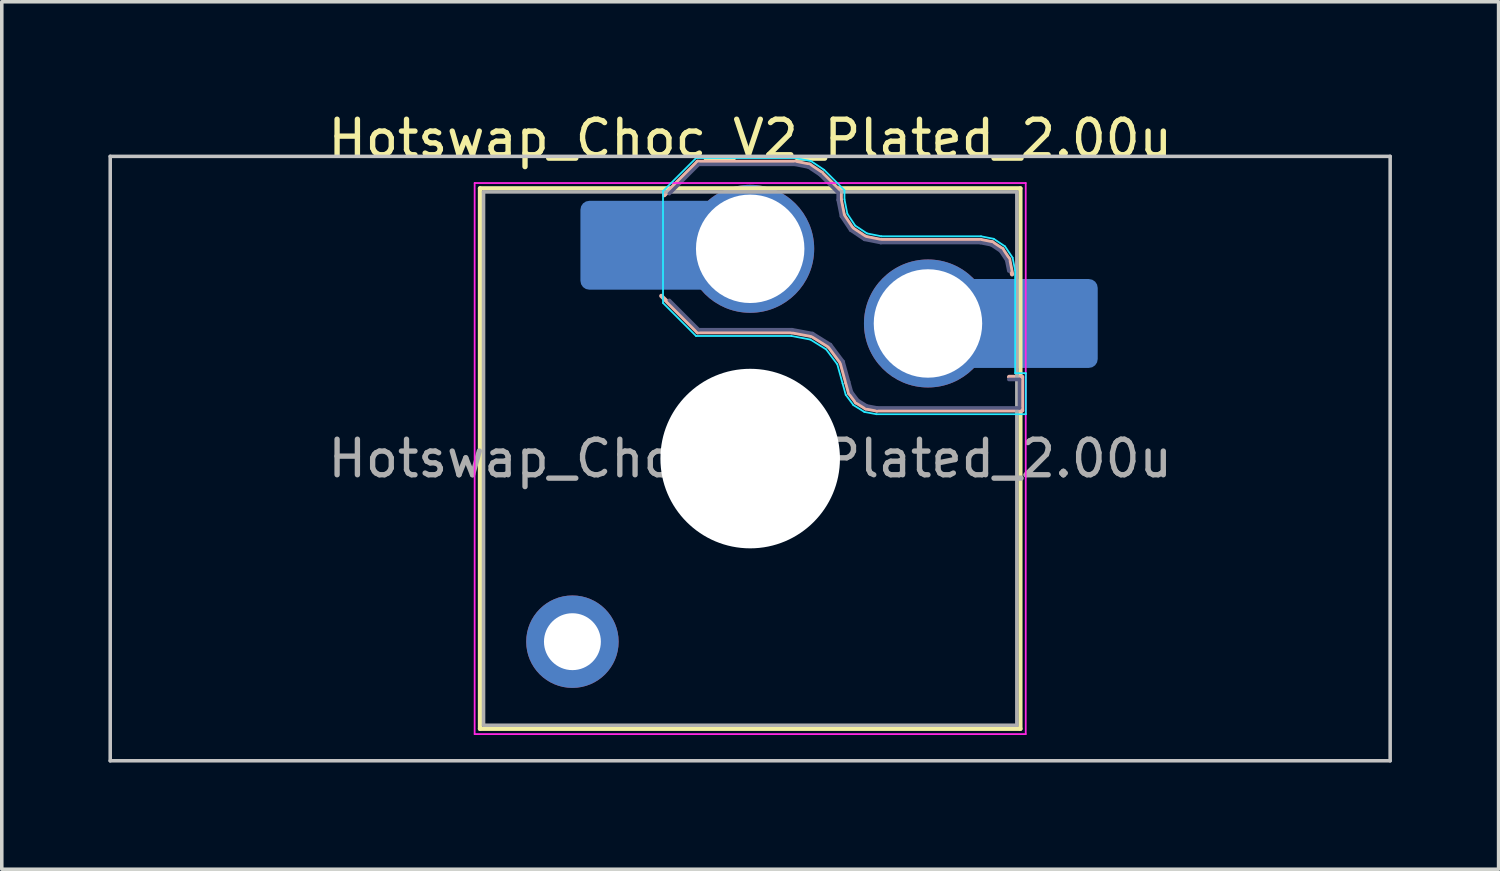
<source format=kicad_pcb>
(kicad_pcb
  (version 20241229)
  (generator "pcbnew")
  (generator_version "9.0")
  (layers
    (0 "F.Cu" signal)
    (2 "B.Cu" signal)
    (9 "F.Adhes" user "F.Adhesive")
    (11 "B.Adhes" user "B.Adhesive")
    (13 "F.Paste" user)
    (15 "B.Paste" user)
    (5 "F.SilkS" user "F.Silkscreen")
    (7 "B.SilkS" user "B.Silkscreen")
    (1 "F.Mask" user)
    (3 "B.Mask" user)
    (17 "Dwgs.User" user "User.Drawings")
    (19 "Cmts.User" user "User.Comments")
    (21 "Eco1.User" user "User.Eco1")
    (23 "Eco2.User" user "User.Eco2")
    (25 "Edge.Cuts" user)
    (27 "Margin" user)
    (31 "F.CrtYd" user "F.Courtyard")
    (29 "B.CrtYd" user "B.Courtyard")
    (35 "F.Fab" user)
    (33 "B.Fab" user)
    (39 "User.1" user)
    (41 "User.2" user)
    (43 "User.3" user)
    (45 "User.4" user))
  (footprint "Hotswap_Choc_V2_Plated_2.00u"
    (layer "F.Cu")
    (at 18.05 9.848)
    (property "Reference" "Hotswap_Choc_V2_Plated_2.00u" (at 0 -9 0) (layer "F.SilkS") (effects (font (size 1 1) (thickness 0.15))))
    (attr smd allow_soldermask_bridges)
    (fp_line (start -7.6 -7.6) (end -7.6 7.6) (stroke (width 0.12) (type solid)) (layer "F.SilkS"))
    (fp_line (start -7.6 7.6) (end 7.6 7.6) (stroke (width 0.12) (type solid)) (layer "F.SilkS"))
    (fp_line (start 7.6 -7.6) (end -7.6 -7.6) (stroke (width 0.12) (type solid)) (layer "F.SilkS"))
    (fp_line (start 7.6 7.6) (end 7.6 -7.6) (stroke (width 0.12) (type solid)) (layer "F.SilkS"))
    (fp_line (start -2.416 -7.409) (end -1.479 -8.346) (stroke (width 0.12) (type solid)) (layer "B.SilkS"))
    (fp_line (start -1.479 -8.346) (end 1.268 -8.346) (stroke (width 0.12) (type solid)) (layer "B.SilkS"))
    (fp_line (start -1.479 -3.554) (end -2.5 -4.575) (stroke (width 0.12) (type solid)) (layer "B.SilkS"))
    (fp_line (start 1.168 -3.554) (end -1.479 -3.554) (stroke (width 0.12) (type solid)) (layer "B.SilkS"))
    (fp_line (start 1.268 -8.346) (end 1.671 -8.266) (stroke (width 0.12) (type solid)) (layer "B.SilkS"))
    (fp_line (start 1.671 -8.266) (end 2.013 -8.037) (stroke (width 0.12) (type solid)) (layer "B.SilkS"))
    (fp_line (start 1.73 -3.449) (end 1.168 -3.554) (stroke (width 0.12) (type solid)) (layer "B.SilkS"))
    (fp_line (start 2.013 -8.037) (end 2.546 -7.504) (stroke (width 0.12) (type solid)) (layer "B.SilkS"))
    (fp_line (start 2.209 -3.15) (end 1.73 -3.449) (stroke (width 0.12) (type solid)) (layer "B.SilkS"))
    (fp_line (start 2.546 -7.504) (end 2.546 -7.282) (stroke (width 0.12) (type solid)) (layer "B.SilkS"))
    (fp_line (start 2.546 -7.282) (end 2.633 -6.844) (stroke (width 0.12) (type solid)) (layer "B.SilkS"))
    (fp_line (start 2.547 -2.697) (end 2.209 -3.15) (stroke (width 0.12) (type solid)) (layer "B.SilkS"))
    (fp_line (start 2.633 -6.844) (end 2.877 -6.477) (stroke (width 0.12) (type solid)) (layer "B.SilkS"))
    (fp_line (start 2.701 -2.139) (end 2.547 -2.697) (stroke (width 0.12) (type solid)) (layer "B.SilkS"))
    (fp_line (start 2.783 -1.841) (end 2.701 -2.139) (stroke (width 0.12) (type solid)) (layer "B.SilkS"))
    (fp_line (start 2.877 -6.477) (end 3.244 -6.233) (stroke (width 0.12) (type solid)) (layer "B.SilkS"))
    (fp_line (start 2.976 -1.583) (end 2.783 -1.841) (stroke (width 0.12) (type solid)) (layer "B.SilkS"))
    (fp_line (start 3.244 -6.233) (end 3.682 -6.146) (stroke (width 0.12) (type solid)) (layer "B.SilkS"))
    (fp_line (start 3.25 -1.413) (end 2.976 -1.583) (stroke (width 0.12) (type solid)) (layer "B.SilkS"))
    (fp_line (start 3.56 -1.354) (end 3.25 -1.413) (stroke (width 0.12) (type solid)) (layer "B.SilkS"))
    (fp_line (start 3.682 -6.146) (end 6.482 -6.146) (stroke (width 0.12) (type solid)) (layer "B.SilkS"))
    (fp_line (start 6.482 -6.146) (end 6.809 -6.081) (stroke (width 0.12) (type solid)) (layer "B.SilkS"))
    (fp_line (start 6.809 -6.081) (end 7.092 -5.892) (stroke (width 0.12) (type solid)) (layer "B.SilkS"))
    (fp_line (start 7.092 -5.892) (end 7.281 -5.609) (stroke (width 0.12) (type solid)) (layer "B.SilkS"))
    (fp_line (start 7.281 -5.609) (end 7.366 -5.182) (stroke (width 0.12) (type solid)) (layer "B.SilkS"))
    (fp_line (start 7.283 -2.296) (end 7.646 -2.296) (stroke (width 0.12) (type solid)) (layer "B.SilkS"))
    (fp_line (start 7.646 -2.296) (end 7.646 -1.354) (stroke (width 0.12) (type solid)) (layer "B.SilkS"))
    (fp_line (start 7.646 -1.354) (end 3.56 -1.354) (stroke (width 0.12) (type solid)) (layer "B.SilkS"))
    (fp_line (start -18 -8.5) (end -18 8.5) (stroke (width 0.1) (type solid)) (layer "Dwgs.User"))
    (fp_line (start -18 8.5) (end 18 8.5) (stroke (width 0.1) (type solid)) (layer "Dwgs.User"))
    (fp_line (start 18 -8.5) (end -18 -8.5) (stroke (width 0.1) (type solid)) (layer "Dwgs.User"))
    (fp_line (start 18 8.5) (end 18 -8.5) (stroke (width 0.1) (type solid)) (layer "Dwgs.User"))
    (fp_line (start -7.25 -7.25) (end -7.25 7.25) (stroke (width 0.1) (type solid)) (layer "Eco1.User"))
    (fp_line (start -7.25 7.25) (end 7.25 7.25) (stroke (width 0.1) (type solid)) (layer "Eco1.User"))
    (fp_line (start 7.25 -7.25) (end -7.25 -7.25) (stroke (width 0.1) (type solid)) (layer "Eco1.User"))
    (fp_line (start 7.25 7.25) (end 7.25 -7.25) (stroke (width 0.1) (type solid)) (layer "Eco1.User"))
    (fp_line (start -2.452 -7.523) (end -1.523 -8.452) (stroke (width 0.05) (type solid)) (layer "B.CrtYd"))
    (fp_line (start -2.452 -4.377) (end -2.452 -7.523) (stroke (width 0.05) (type solid)) (layer "B.CrtYd"))
    (fp_line (start -1.523 -8.452) (end 1.278 -8.452) (stroke (width 0.05) (type solid)) (layer "B.CrtYd"))
    (fp_line (start -1.523 -3.448) (end -2.452 -4.377) (stroke (width 0.05) (type solid)) (layer "B.CrtYd"))
    (fp_line (start 1.159 -3.448) (end -1.523 -3.448) (stroke (width 0.05) (type solid)) (layer "B.CrtYd"))
    (fp_line (start 1.278 -8.452) (end 1.712 -8.366) (stroke (width 0.05) (type solid)) (layer "B.CrtYd"))
    (fp_line (start 1.691 -3.348) (end 1.159 -3.448) (stroke (width 0.05) (type solid)) (layer "B.CrtYd"))
    (fp_line (start 1.712 -8.366) (end 2.081 -8.119) (stroke (width 0.05) (type solid)) (layer "B.CrtYd"))
    (fp_line (start 2.081 -8.119) (end 2.652 -7.548) (stroke (width 0.05) (type solid)) (layer "B.CrtYd"))
    (fp_line (start 2.136 -3.071) (end 1.691 -3.348) (stroke (width 0.05) (type solid)) (layer "B.CrtYd"))
    (fp_line (start 2.45 -2.65) (end 2.136 -3.071) (stroke (width 0.05) (type solid)) (layer "B.CrtYd"))
    (fp_line (start 2.599 -2.111) (end 2.45 -2.65) (stroke (width 0.05) (type solid)) (layer "B.CrtYd"))
    (fp_line (start 2.652 -7.548) (end 2.652 -7.292) (stroke (width 0.05) (type solid)) (layer "B.CrtYd"))
    (fp_line (start 2.652 -7.292) (end 2.733 -6.885) (stroke (width 0.05) (type solid)) (layer "B.CrtYd"))
    (fp_line (start 2.687 -1.794) (end 2.599 -2.111) (stroke (width 0.05) (type solid)) (layer "B.CrtYd"))
    (fp_line (start 2.733 -6.885) (end 2.953 -6.553) (stroke (width 0.05) (type solid)) (layer "B.CrtYd"))
    (fp_line (start 2.903 -1.503) (end 2.687 -1.794) (stroke (width 0.05) (type solid)) (layer "B.CrtYd"))
    (fp_line (start 2.953 -6.553) (end 3.285 -6.333) (stroke (width 0.05) (type solid)) (layer "B.CrtYd"))
    (fp_line (start 3.211 -1.312) (end 2.903 -1.503) (stroke (width 0.05) (type solid)) (layer "B.CrtYd"))
    (fp_line (start 3.285 -6.333) (end 3.692 -6.252) (stroke (width 0.05) (type solid)) (layer "B.CrtYd"))
    (fp_line (start 3.55 -1.248) (end 3.211 -1.312) (stroke (width 0.05) (type solid)) (layer "B.CrtYd"))
    (fp_line (start 3.692 -6.252) (end 6.492 -6.252) (stroke (width 0.05) (type solid)) (layer "B.CrtYd"))
    (fp_line (start 6.492 -6.252) (end 6.85 -6.181) (stroke (width 0.05) (type solid)) (layer "B.CrtYd"))
    (fp_line (start 6.85 -6.181) (end 7.168 -5.968) (stroke (width 0.05) (type solid)) (layer "B.CrtYd"))
    (fp_line (start 7.168 -5.968) (end 7.381 -5.65) (stroke (width 0.05) (type solid)) (layer "B.CrtYd"))
    (fp_line (start 7.381 -5.65) (end 7.452 -5.292) (stroke (width 0.05) (type solid)) (layer "B.CrtYd"))
    (fp_line (start 7.452 -5.292) (end 7.452 -2.402) (stroke (width 0.05) (type solid)) (layer "B.CrtYd"))
    (fp_line (start 7.452 -2.402) (end 7.752 -2.402) (stroke (width 0.05) (type solid)) (layer "B.CrtYd"))
    (fp_line (start 7.752 -2.402) (end 7.752 -1.248) (stroke (width 0.05) (type solid)) (layer "B.CrtYd"))
    (fp_line (start 7.752 -1.248) (end 3.55 -1.248) (stroke (width 0.05) (type solid)) (layer "B.CrtYd"))
    (fp_line (start -7.75 -7.75) (end -7.75 7.75) (stroke (width 0.05) (type solid)) (layer "F.CrtYd"))
    (fp_line (start -7.75 7.75) (end 7.75 7.75) (stroke (width 0.05) (type solid)) (layer "F.CrtYd"))
    (fp_line (start 7.75 -7.75) (end -7.75 -7.75) (stroke (width 0.05) (type solid)) (layer "F.CrtYd"))
    (fp_line (start 7.75 7.75) (end 7.75 -7.75) (stroke (width 0.05) (type solid)) (layer "F.CrtYd"))
    (fp_line (start -2.275 -7.45) (end -1.45 -8.275) (stroke (width 0.1) (type solid)) (layer "B.Fab"))
    (fp_line (start -1.45 -8.275) (end 1.261 -8.275) (stroke (width 0.1) (type solid)) (layer "B.Fab"))
    (fp_line (start -1.45 -3.625) (end -2.275 -4.45) (stroke (width 0.1) (type solid)) (layer "B.Fab"))
    (fp_line (start 1.175 -3.625) (end -1.45 -3.625) (stroke (width 0.1) (type solid)) (layer "B.Fab"))
    (fp_line (start 1.261 -8.275) (end 1.643 -8.199) (stroke (width 0.1) (type solid)) (layer "B.Fab"))
    (fp_line (start 1.643 -8.199) (end 1.968 -7.982) (stroke (width 0.1) (type solid)) (layer "B.Fab"))
    (fp_line (start 1.756 -3.516) (end 1.175 -3.625) (stroke (width 0.1) (type solid)) (layer "B.Fab"))
    (fp_line (start 1.968 -7.982) (end 2.475 -7.475) (stroke (width 0.1) (type solid)) (layer "B.Fab"))
    (fp_line (start 2.258 -3.203) (end 1.756 -3.516) (stroke (width 0.1) (type solid)) (layer "B.Fab"))
    (fp_line (start 2.475 -7.475) (end 2.475 -7.275) (stroke (width 0.1) (type solid)) (layer "B.Fab"))
    (fp_line (start 2.475 -7.275) (end 2.566 -6.816) (stroke (width 0.1) (type solid)) (layer "B.Fab"))
    (fp_line (start 2.566 -6.816) (end 2.826 -6.426) (stroke (width 0.1) (type solid)) (layer "B.Fab"))
    (fp_line (start 2.612 -2.729) (end 2.258 -3.203) (stroke (width 0.1) (type solid)) (layer "B.Fab"))
    (fp_line (start 2.769 -2.158) (end 2.612 -2.729) (stroke (width 0.1) (type solid)) (layer "B.Fab"))
    (fp_line (start 2.826 -6.426) (end 3.216 -6.166) (stroke (width 0.1) (type solid)) (layer "B.Fab"))
    (fp_line (start 2.848 -1.873) (end 2.769 -2.158) (stroke (width 0.1) (type solid)) (layer "B.Fab"))
    (fp_line (start 3.025 -1.636) (end 2.848 -1.873) (stroke (width 0.1) (type solid)) (layer "B.Fab"))
    (fp_line (start 3.216 -6.166) (end 3.675 -6.075) (stroke (width 0.1) (type solid)) (layer "B.Fab"))
    (fp_line (start 3.276 -1.48) (end 3.025 -1.636) (stroke (width 0.1) (type solid)) (layer "B.Fab"))
    (fp_line (start 3.567 -1.425) (end 3.276 -1.48) (stroke (width 0.1) (type solid)) (layer "B.Fab"))
    (fp_line (start 3.675 -6.075) (end 6.475 -6.075) (stroke (width 0.1) (type solid)) (layer "B.Fab"))
    (fp_line (start 6.475 -6.075) (end 6.781 -6.014) (stroke (width 0.1) (type solid)) (layer "B.Fab"))
    (fp_line (start 6.781 -6.014) (end 7.041 -5.841) (stroke (width 0.1) (type solid)) (layer "B.Fab"))
    (fp_line (start 7.041 -5.841) (end 7.214 -5.581) (stroke (width 0.1) (type solid)) (layer "B.Fab"))
    (fp_line (start 7.214 -5.581) (end 7.275 -5.275) (stroke (width 0.1) (type solid)) (layer "B.Fab"))
    (fp_line (start 7.275 -2.225) (end 7.575 -2.225) (stroke (width 0.1) (type solid)) (layer "B.Fab"))
    (fp_line (start 7.575 -2.225) (end 7.575 -1.425) (stroke (width 0.1) (type solid)) (layer "B.Fab"))
    (fp_line (start 7.575 -1.425) (end 3.567 -1.425) (stroke (width 0.1) (type solid)) (layer "B.Fab"))
    (fp_line (start -7.5 -7.5) (end -7.5 7.5) (stroke (width 0.1) (type solid)) (layer "F.Fab"))
    (fp_line (start -7.5 7.5) (end 7.5 7.5) (stroke (width 0.1) (type solid)) (layer "F.Fab"))
    (fp_line (start 7.5 -7.5) (end -7.5 -7.5) (stroke (width 0.1) (type solid)) (layer "F.Fab"))
    (fp_line (start 7.5 7.5) (end 7.5 -7.5) (stroke (width 0.1) (type solid)) (layer "F.Fab"))
    (fp_text user "${REFERENCE}" (at 0 0 0) (layer "F.Fab") (effects (font (size 1 1) (thickness 0.15))))
    (pad "" thru_hole circle (at -5 5.15) (size 2.6 2.6) (drill 1.6) (layers "*.Cu" "*.Mask"))
    (pad "" smd roundrect (at -3.5 -6) (size 2.55 2.5) (layers "B.Mask" "B.Paste") (roundrect_rratio 0.1))
    (pad "" np_thru_hole circle (at 0 0) (size 5.05 5.05) (drill 5.05) (layers "*.Cu" "*.Mask"))
    (pad "" smd roundrect (at 8.5 -3.8) (size 2.55 2.5) (layers "B.Mask" "B.Paste") (roundrect_rratio 0.1))
    (pad "1" smd roundrect (at -2.85 -6) (size 3.85 2.5) (layers "B.Cu") (roundrect_rratio 0.1))
    (pad "1" thru_hole circle (at 0 -5.9) (size 3.6 3.6) (drill 3.05) (layers "*.Cu" "*.Mask"))
    (pad "2" thru_hole circle (at 5 -3.8) (size 3.6 3.6) (drill 3.05) (layers "*.Cu" "*.Mask"))
    (pad "2" smd roundrect (at 7.85 -3.8) (size 3.85 2.5) (layers "B.Cu") (roundrect_rratio 0.1)))
  (gr_rect
    (start -3 -3)
    (end 39.1 21.398)
    (stroke (width 0.1) (type default))
    (fill no)
    (layer "Edge.Cuts")))
</source>
